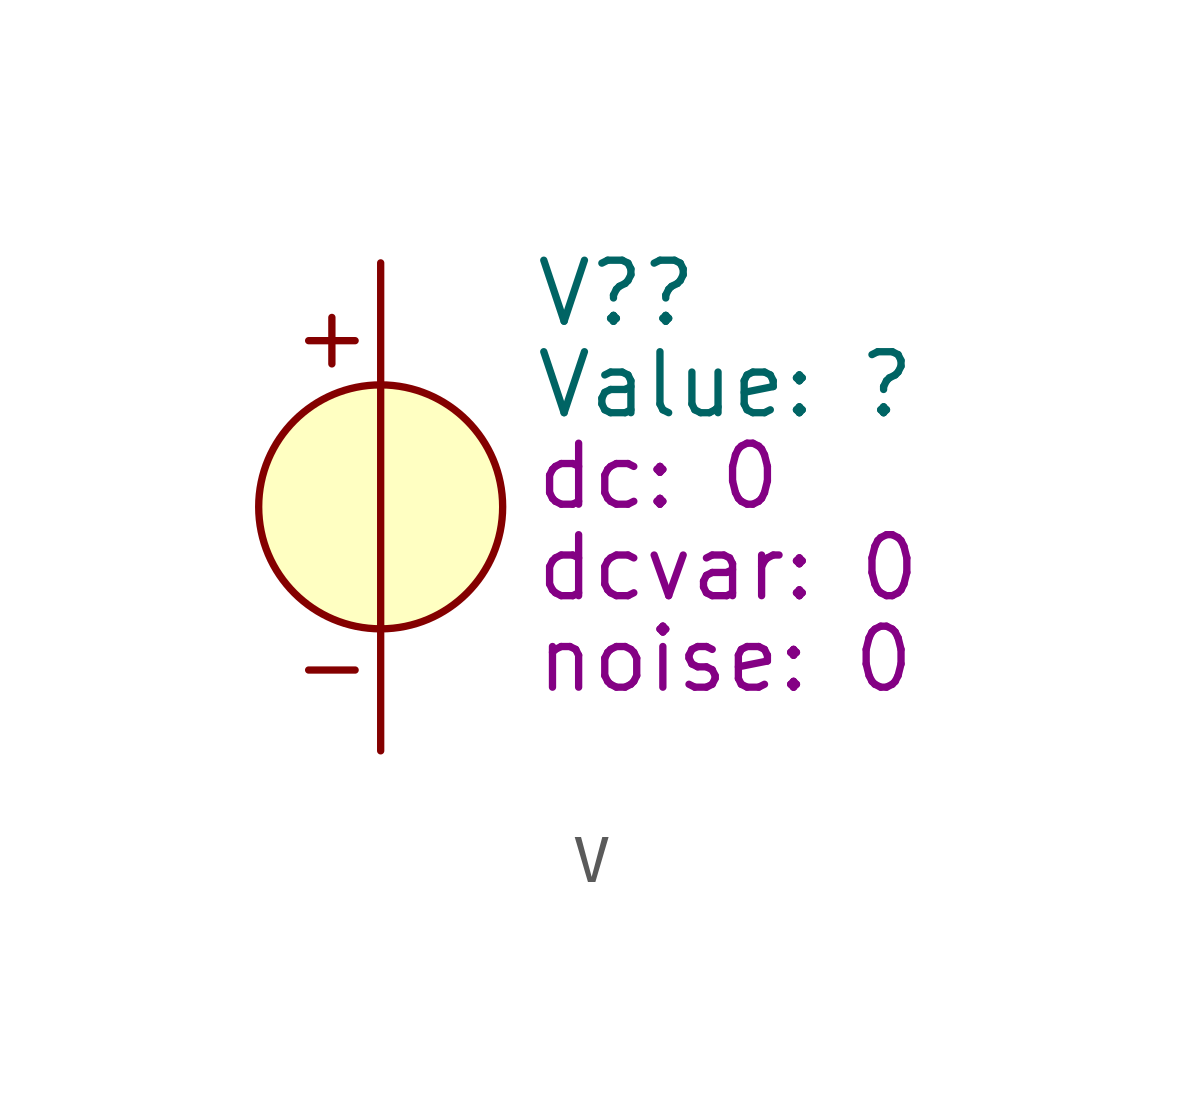
<source format=kicad_sym>
(kicad_symbol_lib
  (version 20231120)
  (generator "kicad_symbol_editor")
  (generator_version "8.0")
  (symbol "V"
    (pin_numbers hide)
    (pin_names
      (offset 0) hide)
    (property "Reference" "V?"
      (at 3.175 4.445 0)
      (effects (font (size 1.27 1.27)) (justify left)))
    (property "Value" "?"
      (at 3.175 2.54 0)
      (show_name)
      (effects (font (size 1.27 1.27)) (justify left)))
    (property "noise" "0"
      (at 3.175 -3.175 0)
      (show_name)
      (effects (font (size 1.27 1.27)) (justify left)))
    (property "dc" "0"
      (at 3.175 0.635 0)
      (show_name)
      (effects (font (size 1.27 1.27)) (justify left)))
    (property "dcvar" "0"
      (at 3.175 -1.27 0)
      (show_name)
      (effects (font (size 1.27 1.27)) (justify left)))
    (symbol "V_0_0"
      (text "+" (at -1.016 3.556 0) (effects (font (size 1.27 1.27))))
      (text "-" (at -1.016 -3.302 0) (effects (font (size 1.27 1.27))))
      (pin power_out line (at 0 5.08 270) (length 2.54) (name "p" (effects (font (size 1.27 1.27)))) (number "1" (effects (font (size 1.27 1.27)))))
      (pin power_out line (at 0 -5.08 90) (length 2.54) (name "n" (effects (font (size 1.27 1.27)))) (number "2" (effects (font (size 1.27 1.27))))))
    (symbol "V_0_1"
      (polyline (pts (xy 0 2.54) (xy 0 -2.54)) (stroke (width 0) (type solid)) (fill (type none))))
    (symbol "V_1_0"
      (circle (center 0 0) (radius 2.54) (stroke (width 0) (type solid)) (fill (type background))))))
</source>
